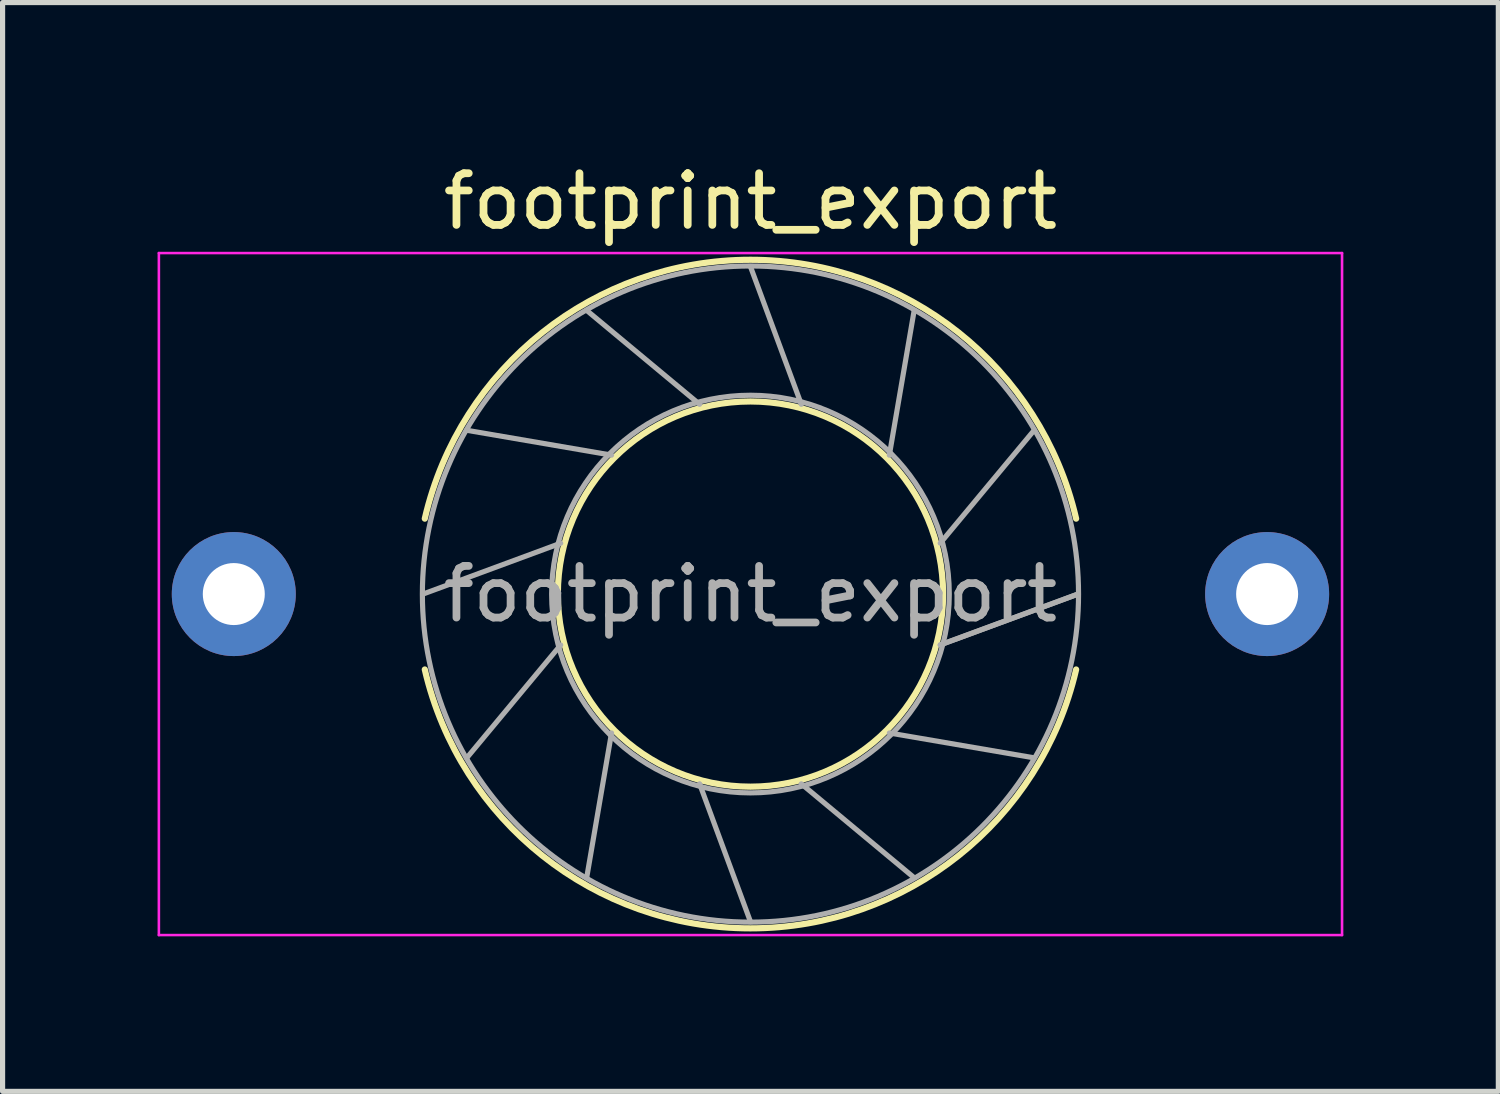
<source format=kicad_pcb>
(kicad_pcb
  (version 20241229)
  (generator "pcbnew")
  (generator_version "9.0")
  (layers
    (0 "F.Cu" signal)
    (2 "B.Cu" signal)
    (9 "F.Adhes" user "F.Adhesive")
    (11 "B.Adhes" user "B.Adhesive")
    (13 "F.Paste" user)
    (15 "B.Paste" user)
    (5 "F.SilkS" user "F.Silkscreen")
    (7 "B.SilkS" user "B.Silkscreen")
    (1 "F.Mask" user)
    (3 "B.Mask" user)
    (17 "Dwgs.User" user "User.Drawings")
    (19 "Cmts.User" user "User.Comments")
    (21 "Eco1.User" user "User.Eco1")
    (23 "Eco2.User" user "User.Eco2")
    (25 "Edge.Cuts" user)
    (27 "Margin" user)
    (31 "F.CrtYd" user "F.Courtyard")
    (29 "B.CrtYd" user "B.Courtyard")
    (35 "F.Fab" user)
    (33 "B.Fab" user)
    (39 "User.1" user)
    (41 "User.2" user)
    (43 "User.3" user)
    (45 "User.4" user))
  (footprint "footprint_export"
    (layer "F.Cu")
    (at 1.475 8.448)
    (property "Reference" "footprint_export" (at 10 -7.6 0) (layer "F.SilkS") (effects (font (size 1 1) (thickness 0.15))))
    (attr through_hole)
    (fp_arc (start 3.696882 -1.46) (mid 10 -6.47) (end 16.303118 -1.46) (stroke (width 0.12) (type solid)) (layer "F.SilkS"))
    (fp_arc (start 16.303118 1.46) (mid 10 6.47) (end 3.696882 1.46) (stroke (width 0.12) (type solid)) (layer "F.SilkS"))
    (fp_circle (center 10 0) (end 13.728 0) (stroke (width 0.12) (type solid)) (fill no) (layer "F.SilkS"))
    (fp_line (start -1.45 -6.6) (end -1.45 6.6) (stroke (width 0.05) (type solid)) (layer "F.CrtYd"))
    (fp_line (start -1.45 6.6) (end 21.45 6.6) (stroke (width 0.05) (type solid)) (layer "F.CrtYd"))
    (fp_line (start 21.45 -6.6) (end -1.45 -6.6) (stroke (width 0.05) (type solid)) (layer "F.CrtYd"))
    (fp_line (start 21.45 6.6) (end 21.45 -6.6) (stroke (width 0.05) (type solid)) (layer "F.CrtYd"))
    (fp_line (start 3.659 0.001) (end 6.327 -0.984) (stroke (width 0.1) (type solid)) (layer "F.Fab"))
    (fp_line (start 4.509 -3.17) (end 7.311 -2.689) (stroke (width 0.1) (type solid)) (layer "F.Fab"))
    (fp_line (start 4.509 3.171) (end 6.327 0.985) (stroke (width 0.1) (type solid)) (layer "F.Fab"))
    (fp_line (start 6.829 -5.491) (end 9.015 -3.673) (stroke (width 0.1) (type solid)) (layer "F.Fab"))
    (fp_line (start 6.83 5.491) (end 7.311 2.689) (stroke (width 0.1) (type solid)) (layer "F.Fab"))
    (fp_line (start 9.999 -6.341) (end 10.984 -3.673) (stroke (width 0.1) (type solid)) (layer "F.Fab"))
    (fp_line (start 10 6.341) (end 9.016 3.673) (stroke (width 0.1) (type solid)) (layer "F.Fab"))
    (fp_line (start 13.169 -5.492) (end 12.688 -2.689) (stroke (width 0.1) (type solid)) (layer "F.Fab"))
    (fp_line (start 13.17 5.491) (end 10.984 3.673) (stroke (width 0.1) (type solid)) (layer "F.Fab"))
    (fp_line (start 15.491 -3.171) (end 13.673 -0.985) (stroke (width 0.1) (type solid)) (layer "F.Fab"))
    (fp_line (start 15.491 3.17) (end 12.689 2.689) (stroke (width 0.1) (type solid)) (layer "F.Fab"))
    (fp_line (start 16.341 -0.001) (end 13.673 0.983) (stroke (width 0.1) (type solid)) (layer "F.Fab"))
    (fp_line (start 16.341 0) (end 13.673 0.984) (stroke (width 0.1) (type solid)) (layer "F.Fab"))
    (fp_circle (center 10 0) (end 13.848 0) (stroke (width 0.1) (type solid)) (fill no) (layer "F.Fab"))
    (fp_circle (center 10 0) (end 16.35 0) (stroke (width 0.1) (type solid)) (fill no) (layer "F.Fab"))
    (fp_text user "${REFERENCE}" (at 10 0 0) (layer "F.Fab") (effects (font (size 1 1) (thickness 0.15))))
    (pad "1" thru_hole circle (at 0 0) (size 2.4 2.4) (drill 1.2) (layers "*.Cu" "*.Mask"))
    (pad "2" thru_hole circle (at 20 0) (size 2.4 2.4) (drill 1.2) (layers "*.Cu" "*.Mask")))
  (gr_rect
    (start -3 -3)
    (end 25.95 18.073)
    (stroke (width 0.1) (type default))
    (fill no)
    (layer "Edge.Cuts")))
</source>
